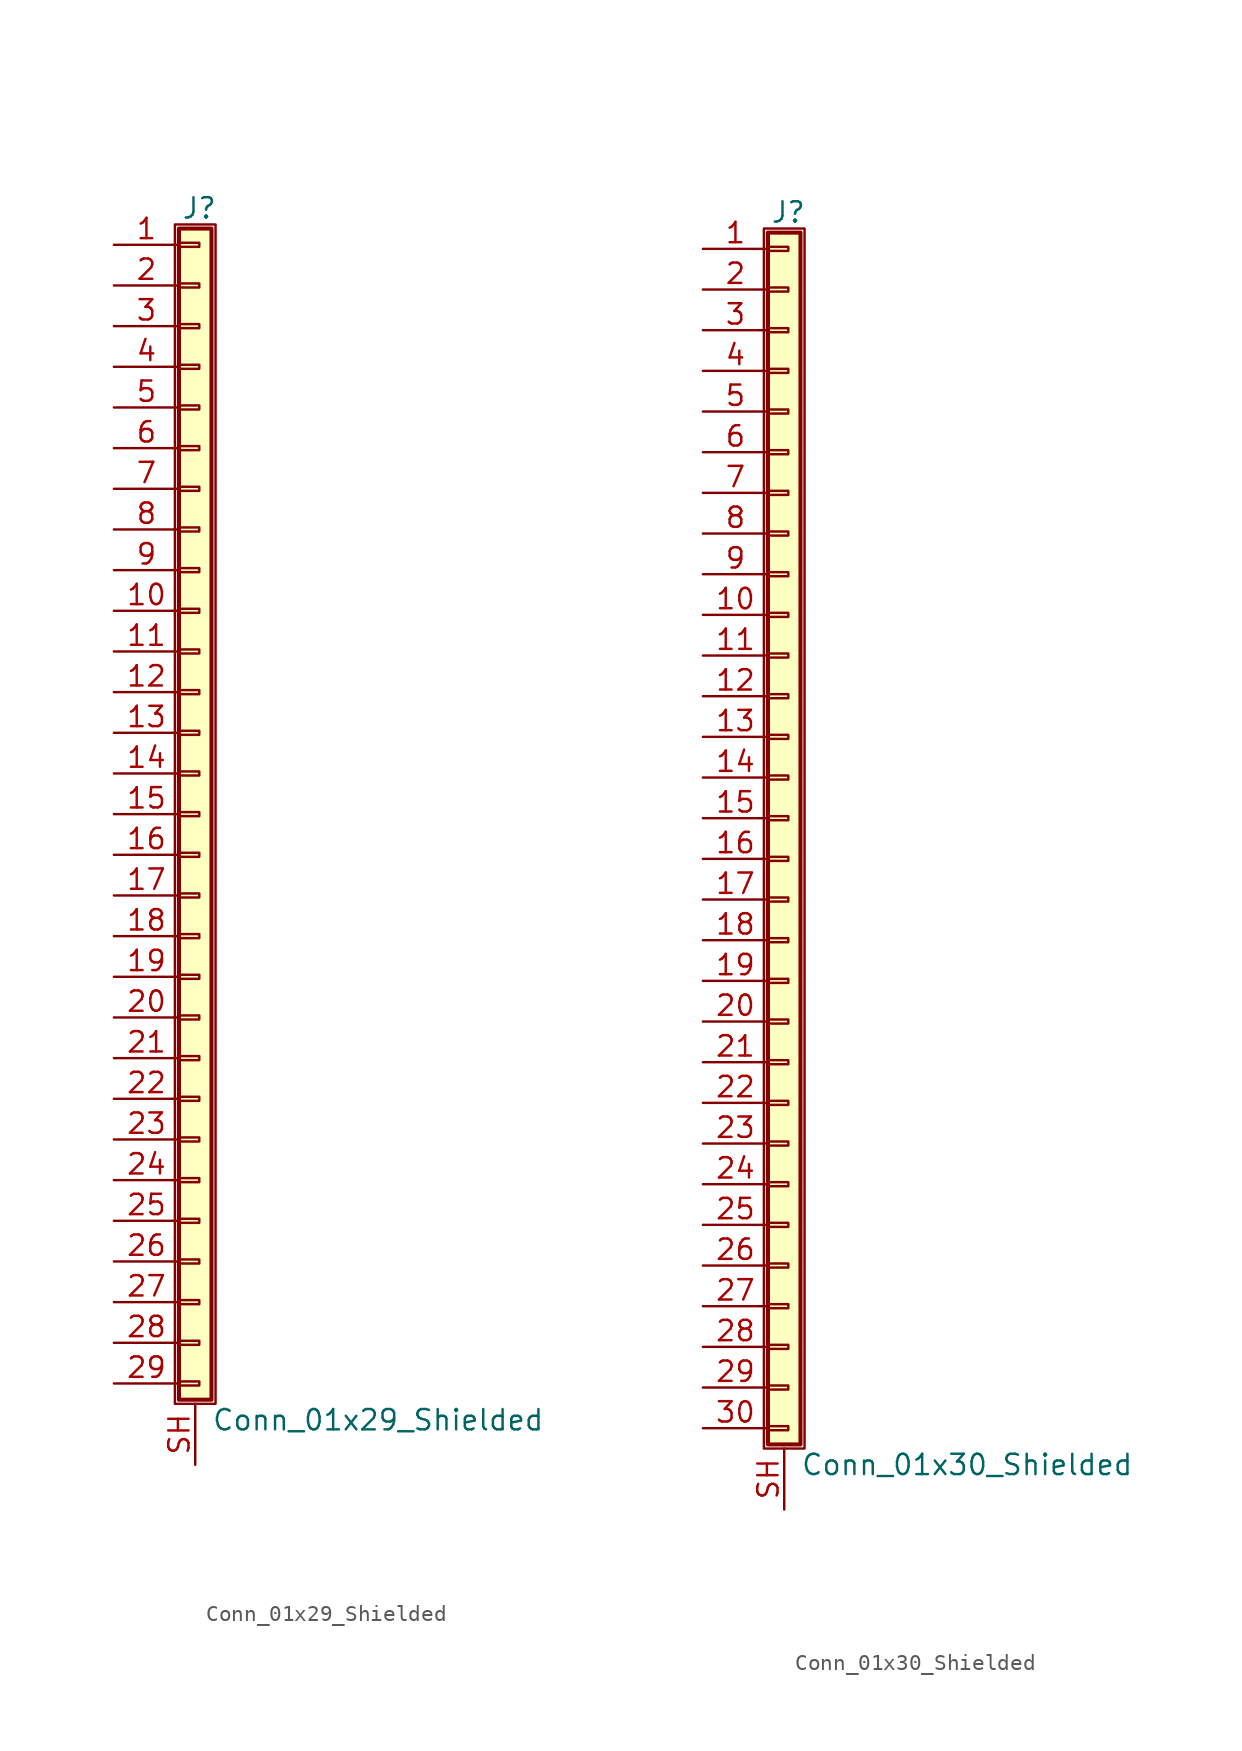
<source format=kicad_sym>
(kicad_symbol_lib
  (version 20201005)
  (generator kicad_symbol_editor)
  (symbol "Conn_01x29_Shielded"
    (pin_names
      (offset 1.016) hide)
    (property "Reference" "J"
      (at 0.254 37.846 0)
      (effects (font (size 1.27 1.27))))
    (property "Value" "Conn_01x29_Shielded"
      (at 1.016 -37.846 0)
      (effects (font (size 1.27 1.27)) (justify left)))
    (symbol "Conn_01x29_Shielded_1_1"
      (rectangle (start -1.27 36.83) (end 1.27 -36.83) (stroke (width 0.152)) (fill (type none)))
      (rectangle (start -1.016 -35.433) (end 0.254 -35.687) (stroke (width 0.152)) (fill (type none)))
      (rectangle (start -1.016 -32.893) (end 0.254 -33.147) (stroke (width 0.152)) (fill (type none)))
      (rectangle (start -1.016 -30.353) (end 0.254 -30.607) (stroke (width 0.152)) (fill (type none)))
      (rectangle (start -1.016 -27.813) (end 0.254 -28.067) (stroke (width 0.152)) (fill (type none)))
      (rectangle (start -1.016 -25.273) (end 0.254 -25.527) (stroke (width 0.152)) (fill (type none)))
      (rectangle (start -1.016 -22.733) (end 0.254 -22.987) (stroke (width 0.152)) (fill (type none)))
      (rectangle (start -1.016 -20.193) (end 0.254 -20.447) (stroke (width 0.152)) (fill (type none)))
      (rectangle (start -1.016 -17.653) (end 0.254 -17.907) (stroke (width 0.152)) (fill (type none)))
      (rectangle (start -1.016 -15.113) (end 0.254 -15.367) (stroke (width 0.152)) (fill (type none)))
      (rectangle (start -1.016 -12.573) (end 0.254 -12.827) (stroke (width 0.152)) (fill (type none)))
      (rectangle (start -1.016 -10.033) (end 0.254 -10.287) (stroke (width 0.152)) (fill (type none)))
      (rectangle (start -1.016 -7.493) (end 0.254 -7.747) (stroke (width 0.152)) (fill (type none)))
      (rectangle (start -1.016 -4.953) (end 0.254 -5.207) (stroke (width 0.152)) (fill (type none)))
      (rectangle (start -1.016 -2.413) (end 0.254 -2.667) (stroke (width 0.152)) (fill (type none)))
      (rectangle (start -1.016 0.127) (end 0.254 -0.127) (stroke (width 0.152)) (fill (type none)))
      (rectangle (start -1.016 2.667) (end 0.254 2.413) (stroke (width 0.152)) (fill (type none)))
      (rectangle (start -1.016 5.207) (end 0.254 4.953) (stroke (width 0.152)) (fill (type none)))
      (rectangle (start -1.016 7.747) (end 0.254 7.493) (stroke (width 0.152)) (fill (type none)))
      (rectangle (start -1.016 10.287) (end 0.254 10.033) (stroke (width 0.152)) (fill (type none)))
      (rectangle (start -1.016 12.827) (end 0.254 12.573) (stroke (width 0.152)) (fill (type none)))
      (rectangle (start -1.016 15.367) (end 0.254 15.113) (stroke (width 0.152)) (fill (type none)))
      (rectangle (start -1.016 17.907) (end 0.254 17.653) (stroke (width 0.152)) (fill (type none)))
      (rectangle (start -1.016 20.447) (end 0.254 20.193) (stroke (width 0.152)) (fill (type none)))
      (rectangle (start -1.016 22.987) (end 0.254 22.733) (stroke (width 0.152)) (fill (type none)))
      (rectangle (start -1.016 25.527) (end 0.254 25.273) (stroke (width 0.152)) (fill (type none)))
      (rectangle (start -1.016 28.067) (end 0.254 27.813) (stroke (width 0.152)) (fill (type none)))
      (rectangle (start -1.016 30.607) (end 0.254 30.353) (stroke (width 0.152)) (fill (type none)))
      (rectangle (start -1.016 33.147) (end 0.254 32.893) (stroke (width 0.152)) (fill (type none)))
      (rectangle (start -1.016 35.687) (end 0.254 35.433) (stroke (width 0.152)) (fill (type none)))
      (rectangle (start -1.016 36.576) (end 1.016 -36.576) (stroke (width 0.254)) (fill (type background)))
      (pin passive line (at -5.08 35.56 0) (length 4.064) (name "Pin_1" (effects (font (size 1.27 1.27)))) (number "1" (effects (font (size 1.27 1.27)))))
      (pin passive line (at -5.08 12.7 0) (length 4.064) (name "Pin_10" (effects (font (size 1.27 1.27)))) (number "10" (effects (font (size 1.27 1.27)))))
      (pin passive line (at -5.08 10.16 0) (length 4.064) (name "Pin_11" (effects (font (size 1.27 1.27)))) (number "11" (effects (font (size 1.27 1.27)))))
      (pin passive line (at -5.08 7.62 0) (length 4.064) (name "Pin_12" (effects (font (size 1.27 1.27)))) (number "12" (effects (font (size 1.27 1.27)))))
      (pin passive line (at -5.08 5.08 0) (length 4.064) (name "Pin_13" (effects (font (size 1.27 1.27)))) (number "13" (effects (font (size 1.27 1.27)))))
      (pin passive line (at -5.08 2.54 0) (length 4.064) (name "Pin_14" (effects (font (size 1.27 1.27)))) (number "14" (effects (font (size 1.27 1.27)))))
      (pin passive line (at -5.08 0 0) (length 4.064) (name "Pin_15" (effects (font (size 1.27 1.27)))) (number "15" (effects (font (size 1.27 1.27)))))
      (pin passive line (at -5.08 -2.54 0) (length 4.064) (name "Pin_16" (effects (font (size 1.27 1.27)))) (number "16" (effects (font (size 1.27 1.27)))))
      (pin passive line (at -5.08 -5.08 0) (length 4.064) (name "Pin_17" (effects (font (size 1.27 1.27)))) (number "17" (effects (font (size 1.27 1.27)))))
      (pin passive line (at -5.08 -7.62 0) (length 4.064) (name "Pin_18" (effects (font (size 1.27 1.27)))) (number "18" (effects (font (size 1.27 1.27)))))
      (pin passive line (at -5.08 -10.16 0) (length 4.064) (name "Pin_19" (effects (font (size 1.27 1.27)))) (number "19" (effects (font (size 1.27 1.27)))))
      (pin passive line (at -5.08 33.02 0) (length 4.064) (name "Pin_2" (effects (font (size 1.27 1.27)))) (number "2" (effects (font (size 1.27 1.27)))))
      (pin passive line (at -5.08 -12.7 0) (length 4.064) (name "Pin_20" (effects (font (size 1.27 1.27)))) (number "20" (effects (font (size 1.27 1.27)))))
      (pin passive line (at -5.08 -15.24 0) (length 4.064) (name "Pin_21" (effects (font (size 1.27 1.27)))) (number "21" (effects (font (size 1.27 1.27)))))
      (pin passive line (at -5.08 -17.78 0) (length 4.064) (name "Pin_22" (effects (font (size 1.27 1.27)))) (number "22" (effects (font (size 1.27 1.27)))))
      (pin passive line (at -5.08 -20.32 0) (length 4.064) (name "Pin_23" (effects (font (size 1.27 1.27)))) (number "23" (effects (font (size 1.27 1.27)))))
      (pin passive line (at -5.08 -22.86 0) (length 4.064) (name "Pin_24" (effects (font (size 1.27 1.27)))) (number "24" (effects (font (size 1.27 1.27)))))
      (pin passive line (at -5.08 -25.4 0) (length 4.064) (name "Pin_25" (effects (font (size 1.27 1.27)))) (number "25" (effects (font (size 1.27 1.27)))))
      (pin passive line (at -5.08 -27.94 0) (length 4.064) (name "Pin_26" (effects (font (size 1.27 1.27)))) (number "26" (effects (font (size 1.27 1.27)))))
      (pin passive line (at -5.08 -30.48 0) (length 4.064) (name "Pin_27" (effects (font (size 1.27 1.27)))) (number "27" (effects (font (size 1.27 1.27)))))
      (pin passive line (at -5.08 -33.02 0) (length 4.064) (name "Pin_28" (effects (font (size 1.27 1.27)))) (number "28" (effects (font (size 1.27 1.27)))))
      (pin passive line (at -5.08 -35.56 0) (length 4.064) (name "Pin_29" (effects (font (size 1.27 1.27)))) (number "29" (effects (font (size 1.27 1.27)))))
      (pin passive line (at -5.08 30.48 0) (length 4.064) (name "Pin_3" (effects (font (size 1.27 1.27)))) (number "3" (effects (font (size 1.27 1.27)))))
      (pin passive line (at -5.08 27.94 0) (length 4.064) (name "Pin_4" (effects (font (size 1.27 1.27)))) (number "4" (effects (font (size 1.27 1.27)))))
      (pin passive line (at -5.08 25.4 0) (length 4.064) (name "Pin_5" (effects (font (size 1.27 1.27)))) (number "5" (effects (font (size 1.27 1.27)))))
      (pin passive line (at -5.08 22.86 0) (length 4.064) (name "Pin_6" (effects (font (size 1.27 1.27)))) (number "6" (effects (font (size 1.27 1.27)))))
      (pin passive line (at -5.08 20.32 0) (length 4.064) (name "Pin_7" (effects (font (size 1.27 1.27)))) (number "7" (effects (font (size 1.27 1.27)))))
      (pin passive line (at -5.08 17.78 0) (length 4.064) (name "Pin_8" (effects (font (size 1.27 1.27)))) (number "8" (effects (font (size 1.27 1.27)))))
      (pin passive line (at -5.08 15.24 0) (length 4.064) (name "Pin_9" (effects (font (size 1.27 1.27)))) (number "9" (effects (font (size 1.27 1.27)))))
      (pin passive line (at 0 -40.64 90) (length 3.81) (name "Shield" (effects (font (size 1.27 1.27)))) (number "SH" (effects (font (size 1.27 1.27)))))))
  (symbol "Conn_01x30_Shielded"
    (pin_names
      (offset 1.016) hide)
    (property "Reference" "J"
      (at 0.254 37.846 0)
      (effects (font (size 1.27 1.27))))
    (property "Value" "Conn_01x30_Shielded"
      (at 1.016 -40.386 0)
      (effects (font (size 1.27 1.27)) (justify left)))
    (symbol "Conn_01x30_Shielded_1_1"
      (rectangle (start -1.27 36.83) (end 1.27 -39.37) (stroke (width 0.152)) (fill (type none)))
      (rectangle (start -1.016 -37.973) (end 0.254 -38.227) (stroke (width 0.152)) (fill (type none)))
      (rectangle (start -1.016 -35.433) (end 0.254 -35.687) (stroke (width 0.152)) (fill (type none)))
      (rectangle (start -1.016 -32.893) (end 0.254 -33.147) (stroke (width 0.152)) (fill (type none)))
      (rectangle (start -1.016 -30.353) (end 0.254 -30.607) (stroke (width 0.152)) (fill (type none)))
      (rectangle (start -1.016 -27.813) (end 0.254 -28.067) (stroke (width 0.152)) (fill (type none)))
      (rectangle (start -1.016 -25.273) (end 0.254 -25.527) (stroke (width 0.152)) (fill (type none)))
      (rectangle (start -1.016 -22.733) (end 0.254 -22.987) (stroke (width 0.152)) (fill (type none)))
      (rectangle (start -1.016 -20.193) (end 0.254 -20.447) (stroke (width 0.152)) (fill (type none)))
      (rectangle (start -1.016 -17.653) (end 0.254 -17.907) (stroke (width 0.152)) (fill (type none)))
      (rectangle (start -1.016 -15.113) (end 0.254 -15.367) (stroke (width 0.152)) (fill (type none)))
      (rectangle (start -1.016 -12.573) (end 0.254 -12.827) (stroke (width 0.152)) (fill (type none)))
      (rectangle (start -1.016 -10.033) (end 0.254 -10.287) (stroke (width 0.152)) (fill (type none)))
      (rectangle (start -1.016 -7.493) (end 0.254 -7.747) (stroke (width 0.152)) (fill (type none)))
      (rectangle (start -1.016 -4.953) (end 0.254 -5.207) (stroke (width 0.152)) (fill (type none)))
      (rectangle (start -1.016 -2.413) (end 0.254 -2.667) (stroke (width 0.152)) (fill (type none)))
      (rectangle (start -1.016 0.127) (end 0.254 -0.127) (stroke (width 0.152)) (fill (type none)))
      (rectangle (start -1.016 2.667) (end 0.254 2.413) (stroke (width 0.152)) (fill (type none)))
      (rectangle (start -1.016 5.207) (end 0.254 4.953) (stroke (width 0.152)) (fill (type none)))
      (rectangle (start -1.016 7.747) (end 0.254 7.493) (stroke (width 0.152)) (fill (type none)))
      (rectangle (start -1.016 10.287) (end 0.254 10.033) (stroke (width 0.152)) (fill (type none)))
      (rectangle (start -1.016 12.827) (end 0.254 12.573) (stroke (width 0.152)) (fill (type none)))
      (rectangle (start -1.016 15.367) (end 0.254 15.113) (stroke (width 0.152)) (fill (type none)))
      (rectangle (start -1.016 17.907) (end 0.254 17.653) (stroke (width 0.152)) (fill (type none)))
      (rectangle (start -1.016 20.447) (end 0.254 20.193) (stroke (width 0.152)) (fill (type none)))
      (rectangle (start -1.016 22.987) (end 0.254 22.733) (stroke (width 0.152)) (fill (type none)))
      (rectangle (start -1.016 25.527) (end 0.254 25.273) (stroke (width 0.152)) (fill (type none)))
      (rectangle (start -1.016 28.067) (end 0.254 27.813) (stroke (width 0.152)) (fill (type none)))
      (rectangle (start -1.016 30.607) (end 0.254 30.353) (stroke (width 0.152)) (fill (type none)))
      (rectangle (start -1.016 33.147) (end 0.254 32.893) (stroke (width 0.152)) (fill (type none)))
      (rectangle (start -1.016 35.687) (end 0.254 35.433) (stroke (width 0.152)) (fill (type none)))
      (rectangle (start -1.016 36.576) (end 1.016 -39.116) (stroke (width 0.254)) (fill (type background)))
      (pin passive line (at -5.08 35.56 0) (length 4.064) (name "Pin_1" (effects (font (size 1.27 1.27)))) (number "1" (effects (font (size 1.27 1.27)))))
      (pin passive line (at -5.08 12.7 0) (length 4.064) (name "Pin_10" (effects (font (size 1.27 1.27)))) (number "10" (effects (font (size 1.27 1.27)))))
      (pin passive line (at -5.08 10.16 0) (length 4.064) (name "Pin_11" (effects (font (size 1.27 1.27)))) (number "11" (effects (font (size 1.27 1.27)))))
      (pin passive line (at -5.08 7.62 0) (length 4.064) (name "Pin_12" (effects (font (size 1.27 1.27)))) (number "12" (effects (font (size 1.27 1.27)))))
      (pin passive line (at -5.08 5.08 0) (length 4.064) (name "Pin_13" (effects (font (size 1.27 1.27)))) (number "13" (effects (font (size 1.27 1.27)))))
      (pin passive line (at -5.08 2.54 0) (length 4.064) (name "Pin_14" (effects (font (size 1.27 1.27)))) (number "14" (effects (font (size 1.27 1.27)))))
      (pin passive line (at -5.08 0 0) (length 4.064) (name "Pin_15" (effects (font (size 1.27 1.27)))) (number "15" (effects (font (size 1.27 1.27)))))
      (pin passive line (at -5.08 -2.54 0) (length 4.064) (name "Pin_16" (effects (font (size 1.27 1.27)))) (number "16" (effects (font (size 1.27 1.27)))))
      (pin passive line (at -5.08 -5.08 0) (length 4.064) (name "Pin_17" (effects (font (size 1.27 1.27)))) (number "17" (effects (font (size 1.27 1.27)))))
      (pin passive line (at -5.08 -7.62 0) (length 4.064) (name "Pin_18" (effects (font (size 1.27 1.27)))) (number "18" (effects (font (size 1.27 1.27)))))
      (pin passive line (at -5.08 -10.16 0) (length 4.064) (name "Pin_19" (effects (font (size 1.27 1.27)))) (number "19" (effects (font (size 1.27 1.27)))))
      (pin passive line (at -5.08 33.02 0) (length 4.064) (name "Pin_2" (effects (font (size 1.27 1.27)))) (number "2" (effects (font (size 1.27 1.27)))))
      (pin passive line (at -5.08 -12.7 0) (length 4.064) (name "Pin_20" (effects (font (size 1.27 1.27)))) (number "20" (effects (font (size 1.27 1.27)))))
      (pin passive line (at -5.08 -15.24 0) (length 4.064) (name "Pin_21" (effects (font (size 1.27 1.27)))) (number "21" (effects (font (size 1.27 1.27)))))
      (pin passive line (at -5.08 -17.78 0) (length 4.064) (name "Pin_22" (effects (font (size 1.27 1.27)))) (number "22" (effects (font (size 1.27 1.27)))))
      (pin passive line (at -5.08 -20.32 0) (length 4.064) (name "Pin_23" (effects (font (size 1.27 1.27)))) (number "23" (effects (font (size 1.27 1.27)))))
      (pin passive line (at -5.08 -22.86 0) (length 4.064) (name "Pin_24" (effects (font (size 1.27 1.27)))) (number "24" (effects (font (size 1.27 1.27)))))
      (pin passive line (at -5.08 -25.4 0) (length 4.064) (name "Pin_25" (effects (font (size 1.27 1.27)))) (number "25" (effects (font (size 1.27 1.27)))))
      (pin passive line (at -5.08 -27.94 0) (length 4.064) (name "Pin_26" (effects (font (size 1.27 1.27)))) (number "26" (effects (font (size 1.27 1.27)))))
      (pin passive line (at -5.08 -30.48 0) (length 4.064) (name "Pin_27" (effects (font (size 1.27 1.27)))) (number "27" (effects (font (size 1.27 1.27)))))
      (pin passive line (at -5.08 -33.02 0) (length 4.064) (name "Pin_28" (effects (font (size 1.27 1.27)))) (number "28" (effects (font (size 1.27 1.27)))))
      (pin passive line (at -5.08 -35.56 0) (length 4.064) (name "Pin_29" (effects (font (size 1.27 1.27)))) (number "29" (effects (font (size 1.27 1.27)))))
      (pin passive line (at -5.08 30.48 0) (length 4.064) (name "Pin_3" (effects (font (size 1.27 1.27)))) (number "3" (effects (font (size 1.27 1.27)))))
      (pin passive line (at -5.08 -38.1 0) (length 4.064) (name "Pin_30" (effects (font (size 1.27 1.27)))) (number "30" (effects (font (size 1.27 1.27)))))
      (pin passive line (at -5.08 27.94 0) (length 4.064) (name "Pin_4" (effects (font (size 1.27 1.27)))) (number "4" (effects (font (size 1.27 1.27)))))
      (pin passive line (at -5.08 25.4 0) (length 4.064) (name "Pin_5" (effects (font (size 1.27 1.27)))) (number "5" (effects (font (size 1.27 1.27)))))
      (pin passive line (at -5.08 22.86 0) (length 4.064) (name "Pin_6" (effects (font (size 1.27 1.27)))) (number "6" (effects (font (size 1.27 1.27)))))
      (pin passive line (at -5.08 20.32 0) (length 4.064) (name "Pin_7" (effects (font (size 1.27 1.27)))) (number "7" (effects (font (size 1.27 1.27)))))
      (pin passive line (at -5.08 17.78 0) (length 4.064) (name "Pin_8" (effects (font (size 1.27 1.27)))) (number "8" (effects (font (size 1.27 1.27)))))
      (pin passive line (at -5.08 15.24 0) (length 4.064) (name "Pin_9" (effects (font (size 1.27 1.27)))) (number "9" (effects (font (size 1.27 1.27)))))
      (pin passive line (at 0 -43.18 90) (length 3.81) (name "Shield" (effects (font (size 1.27 1.27)))) (number "SH" (effects (font (size 1.27 1.27))))))))
</source>
